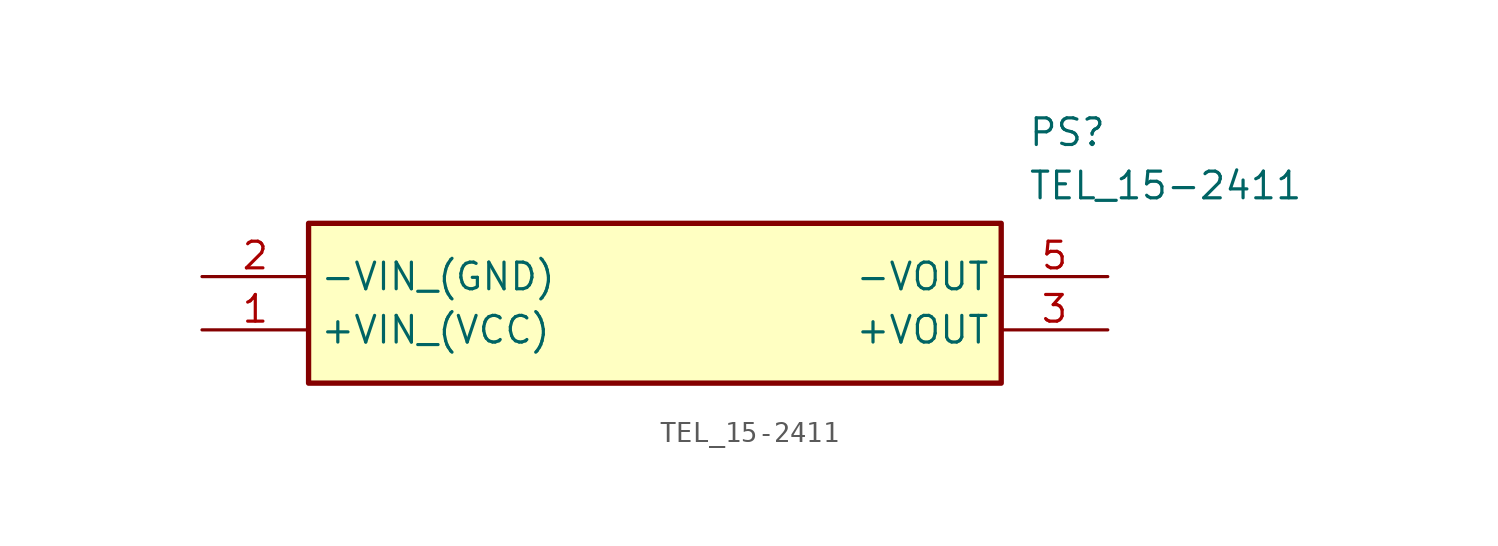
<source format=kicad_sym>
(kicad_symbol_lib
  (version 20211014)
  (generator SamacSys_ECAD_Model)
  (symbol "TEL_15-2411"
    (property "Reference" "PS"
      (at 39.37 7.62 0)
      (effects (font (size 1.27 1.27)) (justify left top)))
    (property "Value" "TEL_15-2411"
      (at 39.37 5.08 0)
      (effects (font (size 1.27 1.27)) (justify left top)))
    (rectangle
      (start 5.08 2.54)
      (end 38.1 -5.08)
      (stroke (width 0.254) (type default))
      (fill (type background)))
    (pin passive line
      (at 0 -2.54 0)
      (length 5.08)
      (name "+VIN_(VCC)" (effects (font (size 1.27 1.27))))
      (number "1" (effects (font (size 1.27 1.27)))))
    (pin passive line
      (at 0 0 0)
      (length 5.08)
      (name "-VIN_(GND)" (effects (font (size 1.27 1.27))))
      (number "2" (effects (font (size 1.27 1.27)))))
    (pin passive line
      (at 43.18 -2.54 180)
      (length 5.08)
      (name "+VOUT" (effects (font (size 1.27 1.27))))
      (number "3" (effects (font (size 1.27 1.27)))))
    (pin passive line
      (at 43.18 0 180)
      (length 5.08)
      (name "-VOUT" (effects (font (size 1.27 1.27))))
      (number "5" (effects (font (size 1.27 1.27)))))))
</source>
